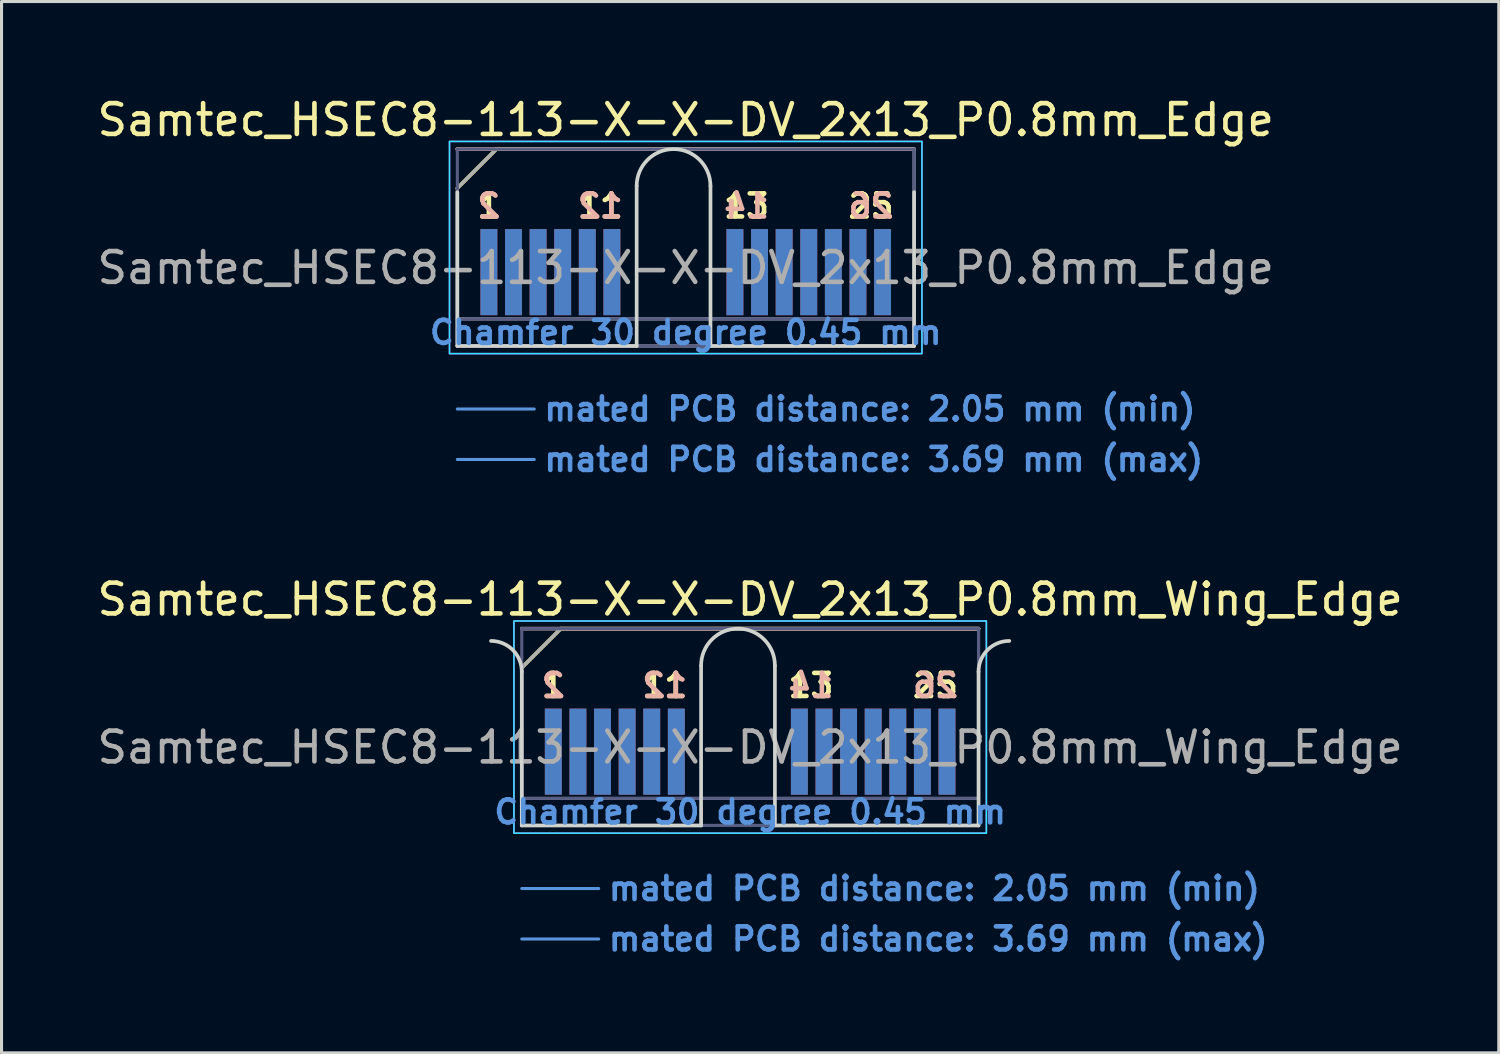
<source format=kicad_pcb>
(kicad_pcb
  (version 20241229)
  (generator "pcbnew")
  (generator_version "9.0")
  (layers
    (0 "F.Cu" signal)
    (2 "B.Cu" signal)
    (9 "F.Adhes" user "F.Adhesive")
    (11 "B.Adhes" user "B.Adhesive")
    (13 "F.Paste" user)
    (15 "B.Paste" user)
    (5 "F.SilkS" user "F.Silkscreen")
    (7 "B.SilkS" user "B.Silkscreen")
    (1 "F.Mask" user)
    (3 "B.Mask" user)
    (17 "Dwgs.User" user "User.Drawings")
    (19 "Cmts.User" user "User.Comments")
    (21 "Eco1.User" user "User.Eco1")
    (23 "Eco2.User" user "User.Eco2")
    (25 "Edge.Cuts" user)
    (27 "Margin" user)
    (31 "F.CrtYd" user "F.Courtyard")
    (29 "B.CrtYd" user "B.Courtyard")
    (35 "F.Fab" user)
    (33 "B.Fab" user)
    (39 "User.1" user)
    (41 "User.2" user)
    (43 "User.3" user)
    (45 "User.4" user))
  (footprint "Samtec_HSEC8-113-X-X-DV_2x13_P0.8mm_Wing_Edge"
    (layer "F.Cu")
    (at 21.339 23.788)
    (property "Reference" "Samtec_HSEC8-113-X-X-DV_2x13_P0.8mm_Wing_Edge" (at 0 -7.35 0) (layer "F.SilkS") (effects (font (size 1 1) (thickness 0.15))))
    (attr exclude_from_pos_files exclude_from_bom)
    (fp_line (start -7.425 -5.13) (end -6.155 -6.4) (stroke (width 0.12) (type solid)) (layer "F.SilkS"))
    (fp_line (start -6.155 -6.4) (end 7.425 -6.4) (stroke (width 0.12) (type solid)) (layer "F.SilkS"))
    (fp_line (start -7.425 -6.4) (end -7.425 -6.4) (stroke (width 0.12) (type solid)) (layer "B.SilkS"))
    (fp_line (start -7.425 -6.4) (end 7.425 -6.4) (stroke (width 0.12) (type solid)) (layer "B.SilkS"))
    (fp_line (start -7.425 2.05) (end -4.925 2.05) (stroke (width 0.1) (type solid)) (layer "Cmts.User"))
    (fp_line (start -7.425 3.69) (end -4.925 3.69) (stroke (width 0.1) (type solid)) (layer "Cmts.User"))
    (fp_line (start -7.425 -5) (end -7.425 0) (stroke (width 0.12) (type solid)) (layer "Edge.Cuts"))
    (fp_line (start -7.425 0) (end -1.595 0) (stroke (width 0.12) (type solid)) (layer "Edge.Cuts"))
    (fp_line (start -1.595 0) (end -1.595 -5.2) (stroke (width 0.12) (type solid)) (layer "Edge.Cuts"))
    (fp_line (start 0.805 -5.2) (end 0.805 0) (stroke (width 0.12) (type solid)) (layer "Edge.Cuts"))
    (fp_line (start 0.805 0) (end 7.425 0) (stroke (width 0.12) (type solid)) (layer "Edge.Cuts"))
    (fp_line (start 7.425 0) (end 7.425 -5) (stroke (width 0.12) (type solid)) (layer "Edge.Cuts"))
    (fp_arc (start -8.425 -6) (mid -7.717893 -5.707107) (end -7.425 -5) (stroke (width 0.12) (type solid)) (layer "Edge.Cuts"))
    (fp_arc (start -1.595 -5.2) (mid -0.395 -6.4) (end 0.805 -5.2) (stroke (width 0.12) (type solid)) (layer "Edge.Cuts"))
    (fp_arc (start 7.425 -5) (mid 7.717893 -5.707107) (end 8.425 -6) (stroke (width 0.12) (type solid)) (layer "Edge.Cuts"))
    (fp_rect (start -7.68 -6.65) (end 7.68 0.25) (stroke (width 0.05) (type solid)) (fill no) (layer "B.CrtYd"))
    (fp_rect (start -7.68 -6.65) (end 7.68 0.25) (stroke (width 0.05) (type solid)) (fill no) (layer "F.CrtYd"))
    (fp_line (start -7.425 -6.4) (end -7.425 -6.4) (stroke (width 0.1) (type solid)) (layer "B.Fab"))
    (fp_line (start -7.425 -6.4) (end -7.425 0) (stroke (width 0.1) (type solid)) (layer "B.Fab"))
    (fp_line (start -7.425 -6.4) (end 7.425 -6.4) (stroke (width 0.1) (type solid)) (layer "B.Fab"))
    (fp_line (start -7.425 -0.88) (end 7.425 -0.88) (stroke (width 0.1) (type solid)) (layer "B.Fab"))
    (fp_line (start -7.425 0) (end 7.425 0) (stroke (width 0.1) (type solid)) (layer "B.Fab"))
    (fp_line (start 7.425 -6.4) (end 7.425 0) (stroke (width 0.1) (type solid)) (layer "B.Fab"))
    (fp_line (start -7.425 -5.13) (end -7.425 0) (stroke (width 0.1) (type solid)) (layer "F.Fab"))
    (fp_line (start -7.425 -5.13) (end -6.155 -6.4) (stroke (width 0.1) (type solid)) (layer "F.Fab"))
    (fp_line (start -7.425 -0.88) (end 7.425 -0.88) (stroke (width 0.1) (type solid)) (layer "F.Fab"))
    (fp_line (start -7.425 0) (end 7.425 0) (stroke (width 0.1) (type solid)) (layer "F.Fab"))
    (fp_line (start -6.155 -6.4) (end 7.425 -6.4) (stroke (width 0.1) (type solid)) (layer "F.Fab"))
    (fp_line (start 7.425 -6.4) (end 7.425 0) (stroke (width 0.1) (type solid)) (layer "F.Fab"))
    (fp_text user "1" (at -6.4 -4.55 0) (layer "F.SilkS") (effects (font (size 0.75 0.75) (thickness 0.15))))
    (fp_text user "13" (at 1.975 -4.55 0) (layer "F.SilkS") (effects (font (size 0.75 0.75) (thickness 0.15))))
    (fp_text user "11" (at -2.775 -4.55 0) (layer "F.SilkS") (effects (font (size 0.75 0.75) (thickness 0.15))))
    (fp_text user "25" (at 6.025 -4.55 0) (layer "F.SilkS") (effects (font (size 0.75 0.75) (thickness 0.15))))
    (fp_text user "26" (at 6.025 -4.55 0) (layer "B.SilkS") (effects (font (size 0.75 0.75) (thickness 0.15)) (justify mirror)))
    (fp_text user "2" (at -6.4 -4.55 0) (layer "B.SilkS") (effects (font (size 0.75 0.75) (thickness 0.15)) (justify mirror)))
    (fp_text user "12" (at -2.775 -4.55 0) (layer "B.SilkS") (effects (font (size 0.75 0.75) (thickness 0.15)) (justify mirror)))
    (fp_text user "14" (at 1.975 -4.55 0) (layer "B.SilkS") (effects (font (size 0.75 0.75) (thickness 0.15)) (justify mirror)))
    (fp_text user "mated PCB distance: 3.69 mm (max)" (at -4.68 3.69 0) (layer "Cmts.User") (effects (font (size 0.75 0.75) (thickness 0.15)) (justify left)))
    (fp_text user "Chamfer 30 degree 0.45 mm" (at 0 -0.44 0) (layer "Cmts.User") (effects (font (size 0.75 0.75) (thickness 0.15))))
    (fp_text user "mated PCB distance: 2.05 mm (min)" (at -4.68 2.05 0) (layer "Cmts.User") (effects (font (size 0.75 0.75) (thickness 0.15)) (justify left)))
    (fp_text user "${REFERENCE}" (at 0 -2.54 0) (layer "F.Fab") (effects (font (size 1 1) (thickness 0.15))))
    (pad "1" connect rect (at -6.4 -2.4) (size 0.55 2.8) (layers "F.Cu" "F.Mask"))
    (pad "2" connect rect (at -6.4 -2.4) (size 0.55 2.8) (layers "B.Cu" "B.Mask"))
    (pad "3" connect rect (at -5.6 -2.4) (size 0.55 2.8) (layers "F.Cu" "F.Mask"))
    (pad "4" connect rect (at -5.6 -2.4) (size 0.55 2.8) (layers "B.Cu" "B.Mask"))
    (pad "5" connect rect (at -4.8 -2.4) (size 0.55 2.8) (layers "F.Cu" "F.Mask"))
    (pad "6" connect rect (at -4.8 -2.4) (size 0.55 2.8) (layers "B.Cu" "B.Mask"))
    (pad "7" connect rect (at -4 -2.4) (size 0.55 2.8) (layers "F.Cu" "F.Mask"))
    (pad "8" connect rect (at -4 -2.4) (size 0.55 2.8) (layers "B.Cu" "B.Mask"))
    (pad "9" connect rect (at -3.2 -2.4) (size 0.55 2.8) (layers "F.Cu" "F.Mask"))
    (pad "10" connect rect (at -3.2 -2.4) (size 0.55 2.8) (layers "B.Cu" "B.Mask"))
    (pad "11" connect rect (at -2.4 -2.4) (size 0.55 2.8) (layers "F.Cu" "F.Mask"))
    (pad "12" connect rect (at -2.4 -2.4) (size 0.55 2.8) (layers "B.Cu" "B.Mask"))
    (pad "13" connect rect (at 1.6 -2.4) (size 0.55 2.8) (layers "F.Cu" "F.Mask"))
    (pad "14" connect rect (at 1.6 -2.4) (size 0.55 2.8) (layers "B.Cu" "B.Mask"))
    (pad "15" connect rect (at 2.4 -2.4) (size 0.55 2.8) (layers "F.Cu" "F.Mask"))
    (pad "16" connect rect (at 2.4 -2.4) (size 0.55 2.8) (layers "B.Cu" "B.Mask"))
    (pad "17" connect rect (at 3.2 -2.4) (size 0.55 2.8) (layers "F.Cu" "F.Mask"))
    (pad "18" connect rect (at 3.2 -2.4) (size 0.55 2.8) (layers "B.Cu" "B.Mask"))
    (pad "19" connect rect (at 4 -2.4) (size 0.55 2.8) (layers "F.Cu" "F.Mask"))
    (pad "20" connect rect (at 4 -2.4) (size 0.55 2.8) (layers "B.Cu" "B.Mask"))
    (pad "21" connect rect (at 4.8 -2.4) (size 0.55 2.8) (layers "F.Cu" "F.Mask"))
    (pad "22" connect rect (at 4.8 -2.4) (size 0.55 2.8) (layers "B.Cu" "B.Mask"))
    (pad "23" connect rect (at 5.6 -2.4) (size 0.55 2.8) (layers "F.Cu" "F.Mask"))
    (pad "24" connect rect (at 5.6 -2.4) (size 0.55 2.8) (layers "B.Cu" "B.Mask"))
    (pad "25" connect rect (at 6.4 -2.4) (size 0.55 2.8) (layers "F.Cu" "F.Mask"))
    (pad "26" connect rect (at 6.4 -2.4) (size 0.55 2.8) (layers "B.Cu" "B.Mask")))
  (footprint "Samtec_HSEC8-113-X-X-DV_2x13_P0.8mm_Edge"
    (layer "F.Cu")
    (at 19.244 8.198)
    (property "Reference" "Samtec_HSEC8-113-X-X-DV_2x13_P0.8mm_Edge" (at 0 -7.35 0) (layer "F.SilkS") (effects (font (size 1 1) (thickness 0.15))))
    (attr exclude_from_pos_files exclude_from_bom)
    (fp_line (start -7.425 -5.13) (end -6.155 -6.4) (stroke (width 0.12) (type solid)) (layer "F.SilkS"))
    (fp_line (start -6.155 -6.4) (end 7.425 -6.4) (stroke (width 0.12) (type solid)) (layer "F.SilkS"))
    (fp_line (start -7.425 -6.4) (end -7.425 -6.4) (stroke (width 0.12) (type solid)) (layer "B.SilkS"))
    (fp_line (start -7.425 -6.4) (end 7.425 -6.4) (stroke (width 0.12) (type solid)) (layer "B.SilkS"))
    (fp_line (start -7.425 2.05) (end -4.925 2.05) (stroke (width 0.1) (type solid)) (layer "Cmts.User"))
    (fp_line (start -7.425 3.69) (end -4.925 3.69) (stroke (width 0.1) (type solid)) (layer "Cmts.User"))
    (fp_line (start -7.425 -5) (end -7.425 0) (stroke (width 0.12) (type solid)) (layer "Edge.Cuts"))
    (fp_line (start -7.425 0) (end -1.595 0) (stroke (width 0.12) (type solid)) (layer "Edge.Cuts"))
    (fp_line (start -1.595 0) (end -1.595 -5.2) (stroke (width 0.12) (type solid)) (layer "Edge.Cuts"))
    (fp_line (start 0.805 -5.2) (end 0.805 0) (stroke (width 0.12) (type solid)) (layer "Edge.Cuts"))
    (fp_line (start 0.805 0) (end 7.425 0) (stroke (width 0.12) (type solid)) (layer "Edge.Cuts"))
    (fp_line (start 7.425 0) (end 7.425 -5) (stroke (width 0.12) (type solid)) (layer "Edge.Cuts"))
    (fp_arc (start -1.595 -5.2) (mid -0.395 -6.4) (end 0.805 -5.2) (stroke (width 0.12) (type solid)) (layer "Edge.Cuts"))
    (fp_rect (start -7.68 -6.65) (end 7.68 0.25) (stroke (width 0.05) (type solid)) (fill no) (layer "B.CrtYd"))
    (fp_rect (start -7.68 -6.65) (end 7.68 0.25) (stroke (width 0.05) (type solid)) (fill no) (layer "F.CrtYd"))
    (fp_line (start -7.425 -6.4) (end -7.425 -6.4) (stroke (width 0.1) (type solid)) (layer "B.Fab"))
    (fp_line (start -7.425 -6.4) (end -7.425 0) (stroke (width 0.1) (type solid)) (layer "B.Fab"))
    (fp_line (start -7.425 -6.4) (end 7.425 -6.4) (stroke (width 0.1) (type solid)) (layer "B.Fab"))
    (fp_line (start -7.425 -0.88) (end 7.425 -0.88) (stroke (width 0.1) (type solid)) (layer "B.Fab"))
    (fp_line (start -7.425 0) (end 7.425 0) (stroke (width 0.1) (type solid)) (layer "B.Fab"))
    (fp_line (start 7.425 -6.4) (end 7.425 0) (stroke (width 0.1) (type solid)) (layer "B.Fab"))
    (fp_line (start -7.425 -5.13) (end -7.425 0) (stroke (width 0.1) (type solid)) (layer "F.Fab"))
    (fp_line (start -7.425 -5.13) (end -6.155 -6.4) (stroke (width 0.1) (type solid)) (layer "F.Fab"))
    (fp_line (start -7.425 -0.88) (end 7.425 -0.88) (stroke (width 0.1) (type solid)) (layer "F.Fab"))
    (fp_line (start -7.425 0) (end 7.425 0) (stroke (width 0.1) (type solid)) (layer "F.Fab"))
    (fp_line (start -6.155 -6.4) (end 7.425 -6.4) (stroke (width 0.1) (type solid)) (layer "F.Fab"))
    (fp_line (start 7.425 -6.4) (end 7.425 0) (stroke (width 0.1) (type solid)) (layer "F.Fab"))
    (fp_text user "13" (at 1.975 -4.55 0) (layer "F.SilkS") (effects (font (size 0.75 0.75) (thickness 0.15))))
    (fp_text user "11" (at -2.775 -4.55 0) (layer "F.SilkS") (effects (font (size 0.75 0.75) (thickness 0.15))))
    (fp_text user "1" (at -6.4 -4.55 0) (layer "F.SilkS") (effects (font (size 0.75 0.75) (thickness 0.15))))
    (fp_text user "25" (at 6.025 -4.55 0) (layer "F.SilkS") (effects (font (size 0.75 0.75) (thickness 0.15))))
    (fp_text user "2" (at -6.4 -4.55 0) (layer "B.SilkS") (effects (font (size 0.75 0.75) (thickness 0.15)) (justify mirror)))
    (fp_text user "26" (at 6.025 -4.55 0) (layer "B.SilkS") (effects (font (size 0.75 0.75) (thickness 0.15)) (justify mirror)))
    (fp_text user "12" (at -2.775 -4.55 0) (layer "B.SilkS") (effects (font (size 0.75 0.75) (thickness 0.15)) (justify mirror)))
    (fp_text user "14" (at 1.975 -4.55 0) (layer "B.SilkS") (effects (font (size 0.75 0.75) (thickness 0.15)) (justify mirror)))
    (fp_text user "mated PCB distance: 2.05 mm (min)" (at -4.68 2.05 0) (layer "Cmts.User") (effects (font (size 0.75 0.75) (thickness 0.15)) (justify left)))
    (fp_text user "Chamfer 30 degree 0.45 mm" (at 0 -0.44 0) (layer "Cmts.User") (effects (font (size 0.75 0.75) (thickness 0.15))))
    (fp_text user "mated PCB distance: 3.69 mm (max)" (at -4.68 3.69 0) (layer "Cmts.User") (effects (font (size 0.75 0.75) (thickness 0.15)) (justify left)))
    (fp_text user "${REFERENCE}" (at 0 -2.54 0) (layer "F.Fab") (effects (font (size 1 1) (thickness 0.15))))
    (pad "1" connect rect (at -6.4 -2.4) (size 0.55 2.8) (layers "F.Cu" "F.Mask"))
    (pad "2" connect rect (at -6.4 -2.4) (size 0.55 2.8) (layers "B.Cu" "B.Mask"))
    (pad "3" connect rect (at -5.6 -2.4) (size 0.55 2.8) (layers "F.Cu" "F.Mask"))
    (pad "4" connect rect (at -5.6 -2.4) (size 0.55 2.8) (layers "B.Cu" "B.Mask"))
    (pad "5" connect rect (at -4.8 -2.4) (size 0.55 2.8) (layers "F.Cu" "F.Mask"))
    (pad "6" connect rect (at -4.8 -2.4) (size 0.55 2.8) (layers "B.Cu" "B.Mask"))
    (pad "7" connect rect (at -4 -2.4) (size 0.55 2.8) (layers "F.Cu" "F.Mask"))
    (pad "8" connect rect (at -4 -2.4) (size 0.55 2.8) (layers "B.Cu" "B.Mask"))
    (pad "9" connect rect (at -3.2 -2.4) (size 0.55 2.8) (layers "F.Cu" "F.Mask"))
    (pad "10" connect rect (at -3.2 -2.4) (size 0.55 2.8) (layers "B.Cu" "B.Mask"))
    (pad "11" connect rect (at -2.4 -2.4) (size 0.55 2.8) (layers "F.Cu" "F.Mask"))
    (pad "12" connect rect (at -2.4 -2.4) (size 0.55 2.8) (layers "B.Cu" "B.Mask"))
    (pad "13" connect rect (at 1.6 -2.4) (size 0.55 2.8) (layers "F.Cu" "F.Mask"))
    (pad "14" connect rect (at 1.6 -2.4) (size 0.55 2.8) (layers "B.Cu" "B.Mask"))
    (pad "15" connect rect (at 2.4 -2.4) (size 0.55 2.8) (layers "F.Cu" "F.Mask"))
    (pad "16" connect rect (at 2.4 -2.4) (size 0.55 2.8) (layers "B.Cu" "B.Mask"))
    (pad "17" connect rect (at 3.2 -2.4) (size 0.55 2.8) (layers "F.Cu" "F.Mask"))
    (pad "18" connect rect (at 3.2 -2.4) (size 0.55 2.8) (layers "B.Cu" "B.Mask"))
    (pad "19" connect rect (at 4 -2.4) (size 0.55 2.8) (layers "F.Cu" "F.Mask"))
    (pad "20" connect rect (at 4 -2.4) (size 0.55 2.8) (layers "B.Cu" "B.Mask"))
    (pad "21" connect rect (at 4.8 -2.4) (size 0.55 2.8) (layers "F.Cu" "F.Mask"))
    (pad "22" connect rect (at 4.8 -2.4) (size 0.55 2.8) (layers "B.Cu" "B.Mask"))
    (pad "23" connect rect (at 5.6 -2.4) (size 0.55 2.8) (layers "F.Cu" "F.Mask"))
    (pad "24" connect rect (at 5.6 -2.4) (size 0.55 2.8) (layers "B.Cu" "B.Mask"))
    (pad "25" connect rect (at 6.4 -2.4) (size 0.55 2.8) (layers "F.Cu" "F.Mask"))
    (pad "26" connect rect (at 6.4 -2.4) (size 0.55 2.8) (layers "B.Cu" "B.Mask")))
  (gr_rect
    (start -3 -3)
    (end 45.679 31.18)
    (stroke (width 0.1) (type default))
    (fill no)
    (layer "Edge.Cuts")))
</source>
